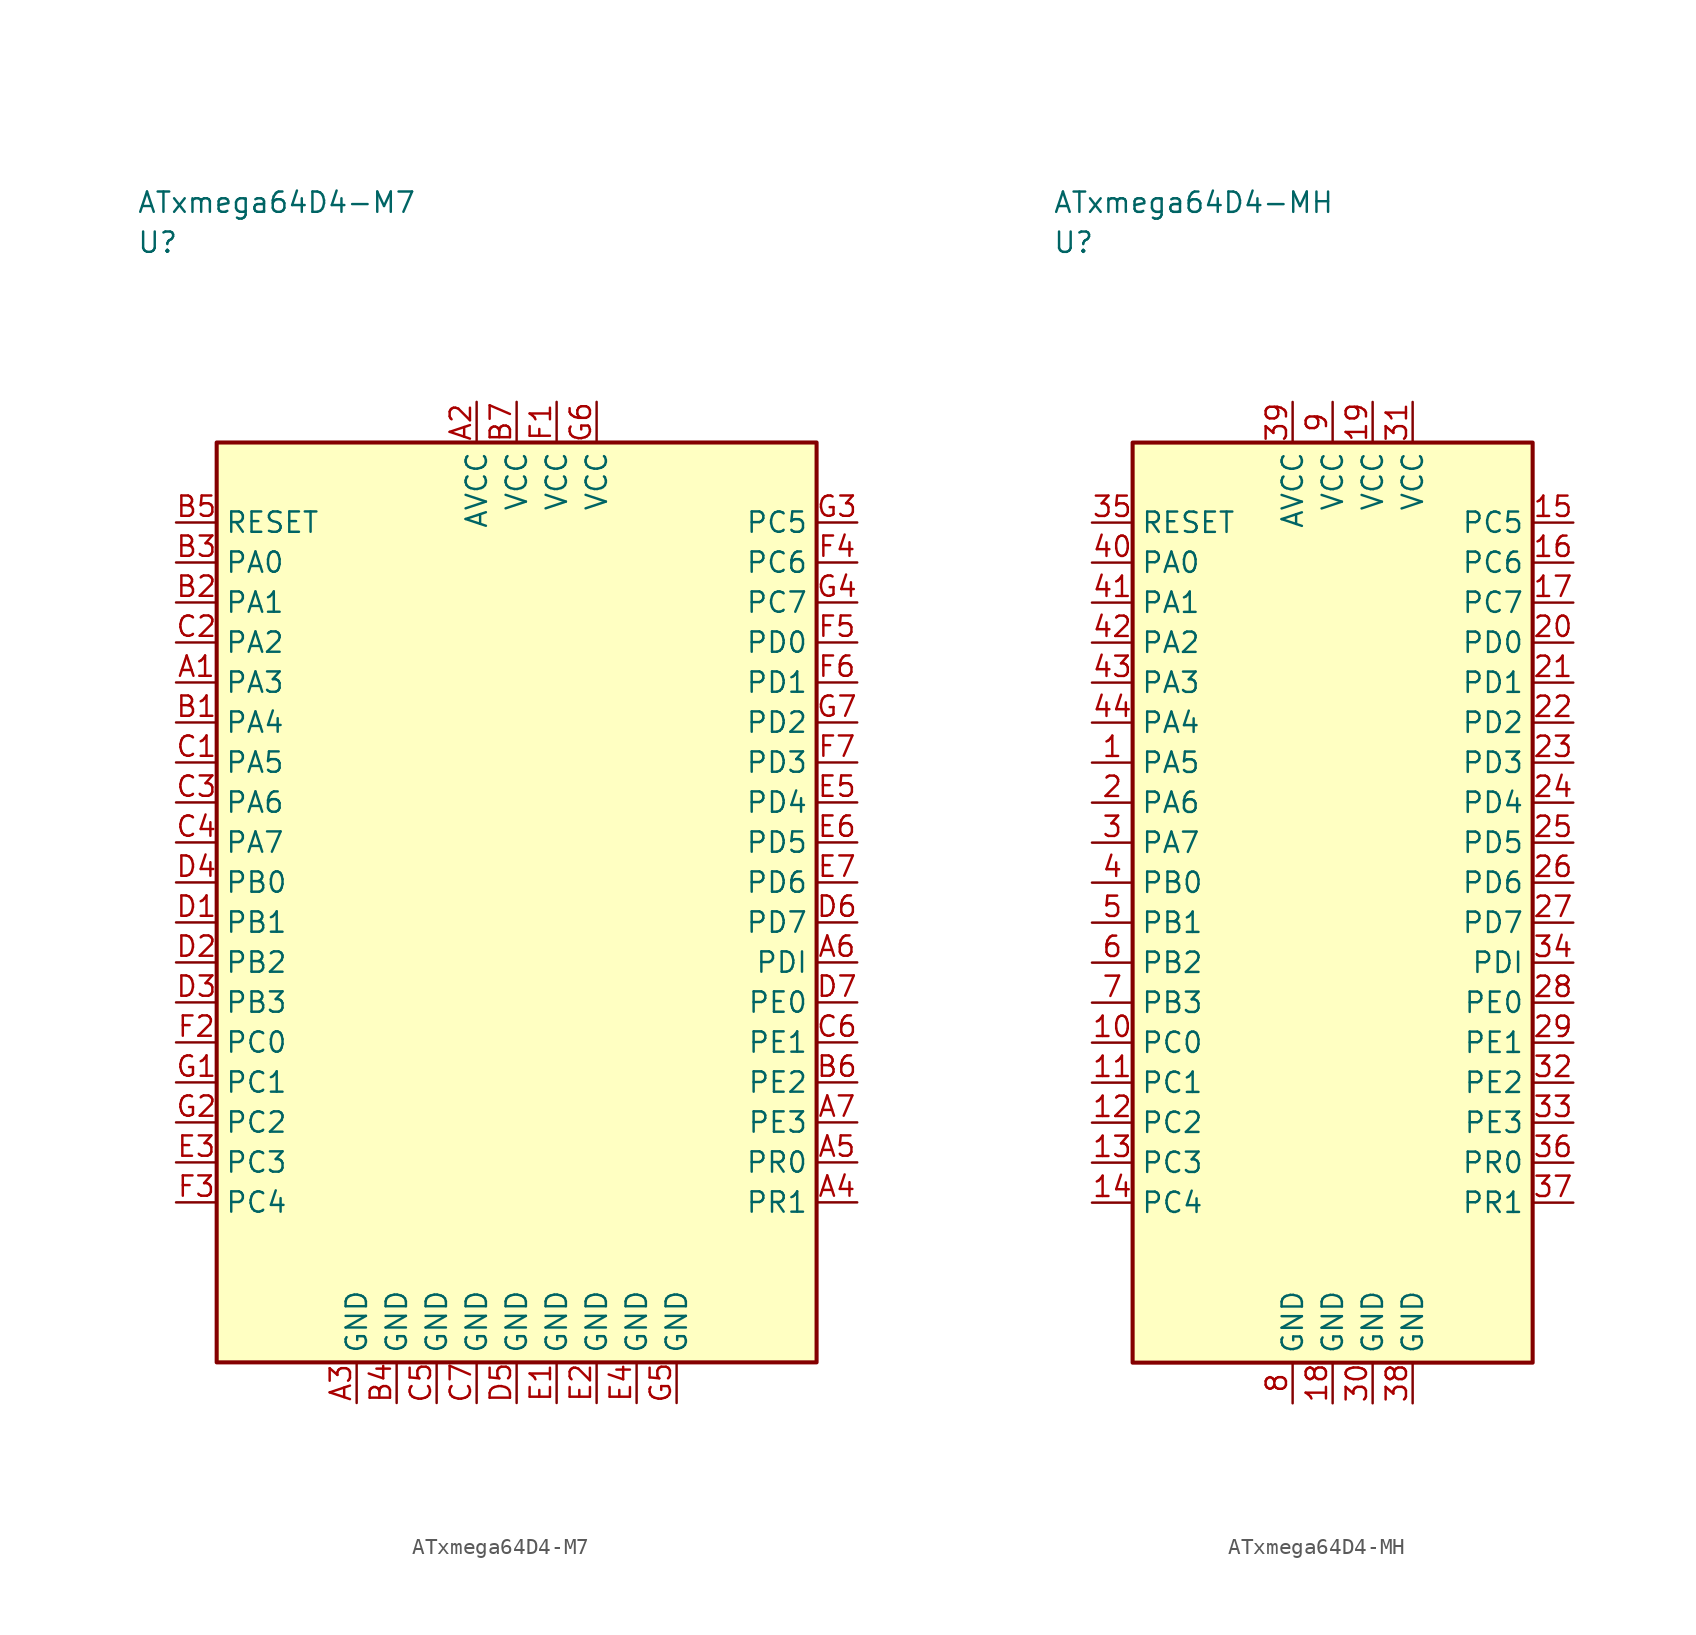
<source format=kicad_sym>
(kicad_symbol_lib
  (version 20241025)
  (generator "kicad_symbol_editor")
  (generator_version "8.0")
  (symbol "ATxmega64D4-M7"
    (property "Reference" "U"
      (at -23.75 41.25 0)
      (effects (font (size 1.27 1.27)) (justify left)))
    (property "Value" "ATxmega64D4-M7"
      (at -23.75 43.75 0)
      (effects (font (size 1.27 1.27)) (justify left)))
    (symbol "ATxmega64D4-M7_0_1"
      (rectangle (start -18.75 28.75) (end 18.75 -28.75) (stroke (width 0.254) (type default)) (fill (type background))))
    (symbol "ATxmega64D4-M7_1_1"
      (pin bidirectional line (at -21.29 13.75 0.0) (length 2.54) (name "PA3" (effects (font (size 1.27 1.27)))) (number "A1" (effects (font (size 1.27 1.27)))))
      (pin power_in line (at -2.5 31.29 270.0) (length 2.54) (name "AVCC" (effects (font (size 1.27 1.27)))) (number "A2" (effects (font (size 1.27 1.27)))))
      (pin passive line (at -10.0 -31.29 90.0) (length 2.54) (name "GND" (effects (font (size 1.27 1.27)))) (number "A3" (effects (font (size 1.27 1.27)))))
      (pin bidirectional line (at 21.29 -18.75 180.0) (length 2.54) (name "PR1" (effects (font (size 1.27 1.27)))) (number "A4" (effects (font (size 1.27 1.27)))))
      (pin bidirectional line (at 21.29 -16.25 180.0) (length 2.54) (name "PR0" (effects (font (size 1.27 1.27)))) (number "A5" (effects (font (size 1.27 1.27)))))
      (pin bidirectional line (at 21.29 -3.75 180.0) (length 2.54) (name "PDI" (effects (font (size 1.27 1.27)))) (number "A6" (effects (font (size 1.27 1.27)))))
      (pin bidirectional line (at 21.29 -13.75 180.0) (length 2.54) (name "PE3" (effects (font (size 1.27 1.27)))) (number "A7" (effects (font (size 1.27 1.27)))))
      (pin bidirectional line (at -21.29 11.25 0.0) (length 2.54) (name "PA4" (effects (font (size 1.27 1.27)))) (number "B1" (effects (font (size 1.27 1.27)))))
      (pin bidirectional line (at -21.29 18.75 0.0) (length 2.54) (name "PA1" (effects (font (size 1.27 1.27)))) (number "B2" (effects (font (size 1.27 1.27)))))
      (pin bidirectional line (at -21.29 21.25 0.0) (length 2.54) (name "PA0" (effects (font (size 1.27 1.27)))) (number "B3" (effects (font (size 1.27 1.27)))))
      (pin passive line (at -7.5 -31.29 90.0) (length 2.54) (name "GND" (effects (font (size 1.27 1.27)))) (number "B4" (effects (font (size 1.27 1.27)))))
      (pin input line (at -21.29 23.75 0.0) (length 2.54) (name "RESET" (effects (font (size 1.27 1.27)))) (number "B5" (effects (font (size 1.27 1.27)))))
      (pin bidirectional line (at 21.29 -11.25 180.0) (length 2.54) (name "PE2" (effects (font (size 1.27 1.27)))) (number "B6" (effects (font (size 1.27 1.27)))))
      (pin power_in line (at 0.0 31.29 270.0) (length 2.54) (name "VCC" (effects (font (size 1.27 1.27)))) (number "B7" (effects (font (size 1.27 1.27)))))
      (pin bidirectional line (at -21.29 8.75 0.0) (length 2.54) (name "PA5" (effects (font (size 1.27 1.27)))) (number "C1" (effects (font (size 1.27 1.27)))))
      (pin bidirectional line (at -21.29 16.25 0.0) (length 2.54) (name "PA2" (effects (font (size 1.27 1.27)))) (number "C2" (effects (font (size 1.27 1.27)))))
      (pin bidirectional line (at -21.29 6.25 0.0) (length 2.54) (name "PA6" (effects (font (size 1.27 1.27)))) (number "C3" (effects (font (size 1.27 1.27)))))
      (pin bidirectional line (at -21.29 3.75 0.0) (length 2.54) (name "PA7" (effects (font (size 1.27 1.27)))) (number "C4" (effects (font (size 1.27 1.27)))))
      (pin passive line (at -5.0 -31.29 90.0) (length 2.54) (name "GND" (effects (font (size 1.27 1.27)))) (number "C5" (effects (font (size 1.27 1.27)))))
      (pin bidirectional line (at 21.29 -8.75 180.0) (length 2.54) (name "PE1" (effects (font (size 1.27 1.27)))) (number "C6" (effects (font (size 1.27 1.27)))))
      (pin passive line (at -2.5 -31.29 90.0) (length 2.54) (name "GND" (effects (font (size 1.27 1.27)))) (number "C7" (effects (font (size 1.27 1.27)))))
      (pin bidirectional line (at -21.29 -1.25 0.0) (length 2.54) (name "PB1" (effects (font (size 1.27 1.27)))) (number "D1" (effects (font (size 1.27 1.27)))))
      (pin bidirectional line (at -21.29 -3.75 0.0) (length 2.54) (name "PB2" (effects (font (size 1.27 1.27)))) (number "D2" (effects (font (size 1.27 1.27)))))
      (pin bidirectional line (at -21.29 -6.25 0.0) (length 2.54) (name "PB3" (effects (font (size 1.27 1.27)))) (number "D3" (effects (font (size 1.27 1.27)))))
      (pin bidirectional line (at -21.29 1.25 0.0) (length 2.54) (name "PB0" (effects (font (size 1.27 1.27)))) (number "D4" (effects (font (size 1.27 1.27)))))
      (pin passive line (at 0.0 -31.29 90.0) (length 2.54) (name "GND" (effects (font (size 1.27 1.27)))) (number "D5" (effects (font (size 1.27 1.27)))))
      (pin bidirectional line (at 21.29 -1.25 180.0) (length 2.54) (name "PD7" (effects (font (size 1.27 1.27)))) (number "D6" (effects (font (size 1.27 1.27)))))
      (pin bidirectional line (at 21.29 -6.25 180.0) (length 2.54) (name "PE0" (effects (font (size 1.27 1.27)))) (number "D7" (effects (font (size 1.27 1.27)))))
      (pin passive line (at 2.5 -31.29 90.0) (length 2.54) (name "GND" (effects (font (size 1.27 1.27)))) (number "E1" (effects (font (size 1.27 1.27)))))
      (pin passive line (at 5.0 -31.29 90.0) (length 2.54) (name "GND" (effects (font (size 1.27 1.27)))) (number "E2" (effects (font (size 1.27 1.27)))))
      (pin bidirectional line (at -21.29 -16.25 0.0) (length 2.54) (name "PC3" (effects (font (size 1.27 1.27)))) (number "E3" (effects (font (size 1.27 1.27)))))
      (pin passive line (at 7.5 -31.29 90.0) (length 2.54) (name "GND" (effects (font (size 1.27 1.27)))) (number "E4" (effects (font (size 1.27 1.27)))))
      (pin bidirectional line (at 21.29 6.25 180.0) (length 2.54) (name "PD4" (effects (font (size 1.27 1.27)))) (number "E5" (effects (font (size 1.27 1.27)))))
      (pin bidirectional line (at 21.29 3.75 180.0) (length 2.54) (name "PD5" (effects (font (size 1.27 1.27)))) (number "E6" (effects (font (size 1.27 1.27)))))
      (pin bidirectional line (at 21.29 1.25 180.0) (length 2.54) (name "PD6" (effects (font (size 1.27 1.27)))) (number "E7" (effects (font (size 1.27 1.27)))))
      (pin power_in line (at 2.5 31.29 270.0) (length 2.54) (name "VCC" (effects (font (size 1.27 1.27)))) (number "F1" (effects (font (size 1.27 1.27)))))
      (pin bidirectional line (at -21.29 -8.75 0.0) (length 2.54) (name "PC0" (effects (font (size 1.27 1.27)))) (number "F2" (effects (font (size 1.27 1.27)))))
      (pin bidirectional line (at -21.29 -18.75 0.0) (length 2.54) (name "PC4" (effects (font (size 1.27 1.27)))) (number "F3" (effects (font (size 1.27 1.27)))))
      (pin bidirectional line (at 21.29 21.25 180.0) (length 2.54) (name "PC6" (effects (font (size 1.27 1.27)))) (number "F4" (effects (font (size 1.27 1.27)))))
      (pin bidirectional line (at 21.29 16.25 180.0) (length 2.54) (name "PD0" (effects (font (size 1.27 1.27)))) (number "F5" (effects (font (size 1.27 1.27)))))
      (pin bidirectional line (at 21.29 13.75 180.0) (length 2.54) (name "PD1" (effects (font (size 1.27 1.27)))) (number "F6" (effects (font (size 1.27 1.27)))))
      (pin bidirectional line (at 21.29 8.75 180.0) (length 2.54) (name "PD3" (effects (font (size 1.27 1.27)))) (number "F7" (effects (font (size 1.27 1.27)))))
      (pin bidirectional line (at -21.29 -11.25 0.0) (length 2.54) (name "PC1" (effects (font (size 1.27 1.27)))) (number "G1" (effects (font (size 1.27 1.27)))))
      (pin bidirectional line (at -21.29 -13.75 0.0) (length 2.54) (name "PC2" (effects (font (size 1.27 1.27)))) (number "G2" (effects (font (size 1.27 1.27)))))
      (pin bidirectional line (at 21.29 23.75 180.0) (length 2.54) (name "PC5" (effects (font (size 1.27 1.27)))) (number "G3" (effects (font (size 1.27 1.27)))))
      (pin bidirectional line (at 21.29 18.75 180.0) (length 2.54) (name "PC7" (effects (font (size 1.27 1.27)))) (number "G4" (effects (font (size 1.27 1.27)))))
      (pin passive line (at 10.0 -31.29 90.0) (length 2.54) (name "GND" (effects (font (size 1.27 1.27)))) (number "G5" (effects (font (size 1.27 1.27)))))
      (pin power_in line (at 5.0 31.29 270.0) (length 2.54) (name "VCC" (effects (font (size 1.27 1.27)))) (number "G6" (effects (font (size 1.27 1.27)))))
      (pin bidirectional line (at 21.29 11.25 180.0) (length 2.54) (name "PD2" (effects (font (size 1.27 1.27)))) (number "G7" (effects (font (size 1.27 1.27)))))))
  (symbol "ATxmega64D4-MH"
    (property "Reference" "U"
      (at -17.5 41.25 0)
      (effects (font (size 1.27 1.27)) (justify left)))
    (property "Value" "ATxmega64D4-MH"
      (at -17.5 43.75 0)
      (effects (font (size 1.27 1.27)) (justify left)))
    (symbol "ATxmega64D4-MH_0_1"
      (rectangle (start -12.5 28.75) (end 12.5 -28.75) (stroke (width 0.254) (type default)) (fill (type background))))
    (symbol "ATxmega64D4-MH_1_1"
      (pin bidirectional line (at -15.04 8.75 0.0) (length 2.54) (name "PA5" (effects (font (size 1.27 1.27)))) (number "1" (effects (font (size 1.27 1.27)))))
      (pin bidirectional line (at -15.04 6.25 0.0) (length 2.54) (name "PA6" (effects (font (size 1.27 1.27)))) (number "2" (effects (font (size 1.27 1.27)))))
      (pin bidirectional line (at -15.04 3.75 0.0) (length 2.54) (name "PA7" (effects (font (size 1.27 1.27)))) (number "3" (effects (font (size 1.27 1.27)))))
      (pin bidirectional line (at -15.04 1.25 0.0) (length 2.54) (name "PB0" (effects (font (size 1.27 1.27)))) (number "4" (effects (font (size 1.27 1.27)))))
      (pin bidirectional line (at -15.04 -1.25 0.0) (length 2.54) (name "PB1" (effects (font (size 1.27 1.27)))) (number "5" (effects (font (size 1.27 1.27)))))
      (pin bidirectional line (at -15.04 -3.75 0.0) (length 2.54) (name "PB2" (effects (font (size 1.27 1.27)))) (number "6" (effects (font (size 1.27 1.27)))))
      (pin bidirectional line (at -15.04 -6.25 0.0) (length 2.54) (name "PB3" (effects (font (size 1.27 1.27)))) (number "7" (effects (font (size 1.27 1.27)))))
      (pin passive line (at -2.5 -31.29 90.0) (length 2.54) (name "GND" (effects (font (size 1.27 1.27)))) (number "8" (effects (font (size 1.27 1.27)))))
      (pin power_in line (at 0.0 31.29 270.0) (length 2.54) (name "VCC" (effects (font (size 1.27 1.27)))) (number "9" (effects (font (size 1.27 1.27)))))
      (pin bidirectional line (at -15.04 -8.75 0.0) (length 2.54) (name "PC0" (effects (font (size 1.27 1.27)))) (number "10" (effects (font (size 1.27 1.27)))))
      (pin bidirectional line (at -15.04 -11.25 0.0) (length 2.54) (name "PC1" (effects (font (size 1.27 1.27)))) (number "11" (effects (font (size 1.27 1.27)))))
      (pin bidirectional line (at -15.04 -13.75 0.0) (length 2.54) (name "PC2" (effects (font (size 1.27 1.27)))) (number "12" (effects (font (size 1.27 1.27)))))
      (pin bidirectional line (at -15.04 -16.25 0.0) (length 2.54) (name "PC3" (effects (font (size 1.27 1.27)))) (number "13" (effects (font (size 1.27 1.27)))))
      (pin bidirectional line (at -15.04 -18.75 0.0) (length 2.54) (name "PC4" (effects (font (size 1.27 1.27)))) (number "14" (effects (font (size 1.27 1.27)))))
      (pin bidirectional line (at 15.04 23.75 180.0) (length 2.54) (name "PC5" (effects (font (size 1.27 1.27)))) (number "15" (effects (font (size 1.27 1.27)))))
      (pin bidirectional line (at 15.04 21.25 180.0) (length 2.54) (name "PC6" (effects (font (size 1.27 1.27)))) (number "16" (effects (font (size 1.27 1.27)))))
      (pin bidirectional line (at 15.04 18.75 180.0) (length 2.54) (name "PC7" (effects (font (size 1.27 1.27)))) (number "17" (effects (font (size 1.27 1.27)))))
      (pin passive line (at 0.0 -31.29 90.0) (length 2.54) (name "GND" (effects (font (size 1.27 1.27)))) (number "18" (effects (font (size 1.27 1.27)))))
      (pin power_in line (at 2.5 31.29 270.0) (length 2.54) (name "VCC" (effects (font (size 1.27 1.27)))) (number "19" (effects (font (size 1.27 1.27)))))
      (pin bidirectional line (at 15.04 16.25 180.0) (length 2.54) (name "PD0" (effects (font (size 1.27 1.27)))) (number "20" (effects (font (size 1.27 1.27)))))
      (pin bidirectional line (at 15.04 13.75 180.0) (length 2.54) (name "PD1" (effects (font (size 1.27 1.27)))) (number "21" (effects (font (size 1.27 1.27)))))
      (pin bidirectional line (at 15.04 11.25 180.0) (length 2.54) (name "PD2" (effects (font (size 1.27 1.27)))) (number "22" (effects (font (size 1.27 1.27)))))
      (pin bidirectional line (at 15.04 8.75 180.0) (length 2.54) (name "PD3" (effects (font (size 1.27 1.27)))) (number "23" (effects (font (size 1.27 1.27)))))
      (pin bidirectional line (at 15.04 6.25 180.0) (length 2.54) (name "PD4" (effects (font (size 1.27 1.27)))) (number "24" (effects (font (size 1.27 1.27)))))
      (pin bidirectional line (at 15.04 3.75 180.0) (length 2.54) (name "PD5" (effects (font (size 1.27 1.27)))) (number "25" (effects (font (size 1.27 1.27)))))
      (pin bidirectional line (at 15.04 1.25 180.0) (length 2.54) (name "PD6" (effects (font (size 1.27 1.27)))) (number "26" (effects (font (size 1.27 1.27)))))
      (pin bidirectional line (at 15.04 -1.25 180.0) (length 2.54) (name "PD7" (effects (font (size 1.27 1.27)))) (number "27" (effects (font (size 1.27 1.27)))))
      (pin bidirectional line (at 15.04 -6.25 180.0) (length 2.54) (name "PE0" (effects (font (size 1.27 1.27)))) (number "28" (effects (font (size 1.27 1.27)))))
      (pin bidirectional line (at 15.04 -8.75 180.0) (length 2.54) (name "PE1" (effects (font (size 1.27 1.27)))) (number "29" (effects (font (size 1.27 1.27)))))
      (pin passive line (at 2.5 -31.29 90.0) (length 2.54) (name "GND" (effects (font (size 1.27 1.27)))) (number "30" (effects (font (size 1.27 1.27)))))
      (pin power_in line (at 5.0 31.29 270.0) (length 2.54) (name "VCC" (effects (font (size 1.27 1.27)))) (number "31" (effects (font (size 1.27 1.27)))))
      (pin bidirectional line (at 15.04 -11.25 180.0) (length 2.54) (name "PE2" (effects (font (size 1.27 1.27)))) (number "32" (effects (font (size 1.27 1.27)))))
      (pin bidirectional line (at 15.04 -13.75 180.0) (length 2.54) (name "PE3" (effects (font (size 1.27 1.27)))) (number "33" (effects (font (size 1.27 1.27)))))
      (pin bidirectional line (at 15.04 -3.75 180.0) (length 2.54) (name "PDI" (effects (font (size 1.27 1.27)))) (number "34" (effects (font (size 1.27 1.27)))))
      (pin input line (at -15.04 23.75 0.0) (length 2.54) (name "RESET" (effects (font (size 1.27 1.27)))) (number "35" (effects (font (size 1.27 1.27)))))
      (pin bidirectional line (at 15.04 -16.25 180.0) (length 2.54) (name "PR0" (effects (font (size 1.27 1.27)))) (number "36" (effects (font (size 1.27 1.27)))))
      (pin bidirectional line (at 15.04 -18.75 180.0) (length 2.54) (name "PR1" (effects (font (size 1.27 1.27)))) (number "37" (effects (font (size 1.27 1.27)))))
      (pin passive line (at 5.0 -31.29 90.0) (length 2.54) (name "GND" (effects (font (size 1.27 1.27)))) (number "38" (effects (font (size 1.27 1.27)))))
      (pin power_in line (at -2.5 31.29 270.0) (length 2.54) (name "AVCC" (effects (font (size 1.27 1.27)))) (number "39" (effects (font (size 1.27 1.27)))))
      (pin bidirectional line (at -15.04 21.25 0.0) (length 2.54) (name "PA0" (effects (font (size 1.27 1.27)))) (number "40" (effects (font (size 1.27 1.27)))))
      (pin bidirectional line (at -15.04 18.75 0.0) (length 2.54) (name "PA1" (effects (font (size 1.27 1.27)))) (number "41" (effects (font (size 1.27 1.27)))))
      (pin bidirectional line (at -15.04 16.25 0.0) (length 2.54) (name "PA2" (effects (font (size 1.27 1.27)))) (number "42" (effects (font (size 1.27 1.27)))))
      (pin bidirectional line (at -15.04 13.75 0.0) (length 2.54) (name "PA3" (effects (font (size 1.27 1.27)))) (number "43" (effects (font (size 1.27 1.27)))))
      (pin bidirectional line (at -15.04 11.25 0.0) (length 2.54) (name "PA4" (effects (font (size 1.27 1.27)))) (number "44" (effects (font (size 1.27 1.27))))))))
</source>
